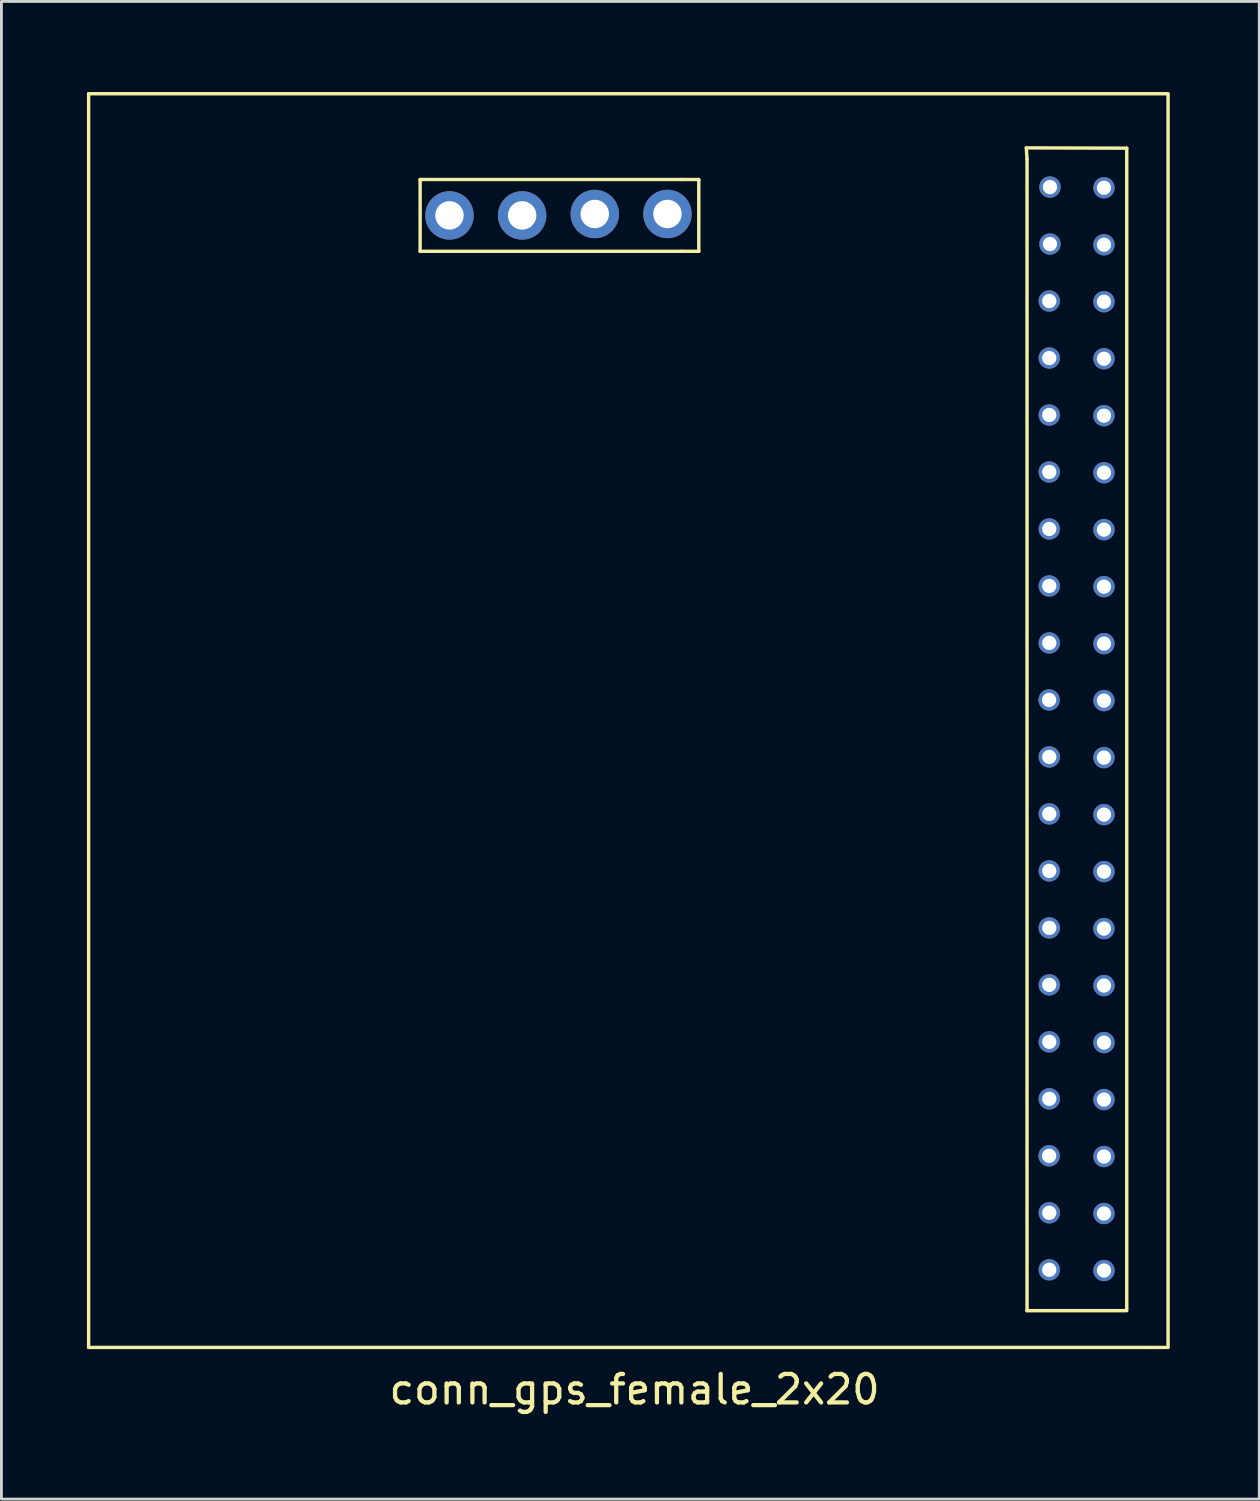
<source format=kicad_pcb>
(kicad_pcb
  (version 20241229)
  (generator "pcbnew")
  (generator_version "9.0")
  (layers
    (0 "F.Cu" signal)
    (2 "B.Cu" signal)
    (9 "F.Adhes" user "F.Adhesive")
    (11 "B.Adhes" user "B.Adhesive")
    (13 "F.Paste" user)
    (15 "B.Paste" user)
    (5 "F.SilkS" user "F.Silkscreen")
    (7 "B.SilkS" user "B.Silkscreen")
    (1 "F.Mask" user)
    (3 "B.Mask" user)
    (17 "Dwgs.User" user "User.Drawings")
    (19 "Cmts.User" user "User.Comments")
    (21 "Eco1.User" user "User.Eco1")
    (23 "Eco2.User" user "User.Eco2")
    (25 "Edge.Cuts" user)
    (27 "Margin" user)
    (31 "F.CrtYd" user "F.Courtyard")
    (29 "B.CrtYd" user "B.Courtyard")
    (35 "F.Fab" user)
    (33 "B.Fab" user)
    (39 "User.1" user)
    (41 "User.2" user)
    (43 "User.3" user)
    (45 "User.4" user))
  (footprint "conn_gps_female_2x20"
    (layer "F.Cu")
    (at 37.895 0.25)
    (property "Reference" "conn_gps_female_2x20" (at -18.675 45.465 0) (layer "F.SilkS") (effects (font (size 1 1) (thickness 0.15))))
    (attr through_hole)
    (fp_line (start -37.835 43.99) (end -37.835 -0.01) (stroke (width 0.12) (type solid)) (layer "F.SilkS"))
    (fp_line (start -26.2 3) (end -26.2 5.52) (stroke (width 0.12) (type solid)) (layer "F.SilkS"))
    (fp_line (start -17.02 3) (end -26.2 3) (stroke (width 0.12) (type solid)) (layer "F.SilkS"))
    (fp_line (start -17.02 3) (end -16.42 3) (stroke (width 0.12) (type solid)) (layer "F.SilkS"))
    (fp_line (start -17.02 5.52) (end -26.2 5.52) (stroke (width 0.12) (type solid)) (layer "F.SilkS"))
    (fp_line (start -17.02 5.52) (end -16.42 5.52) (stroke (width 0.12) (type solid)) (layer "F.SilkS"))
    (fp_line (start -16.42 3) (end -16.42 5.52) (stroke (width 0.12) (type solid)) (layer "F.SilkS"))
    (fp_line (start -4.925 1.89) (end -1.4 1.9) (stroke (width 0.12) (type solid)) (layer "F.SilkS"))
    (fp_line (start -4.9 2.29) (end -4.925 1.89) (stroke (width 0.12) (type solid)) (layer "F.SilkS"))
    (fp_line (start -4.9 42.7) (end -4.9 2.29) (stroke (width 0.12) (type solid)) (layer "F.SilkS"))
    (fp_line (start -1.45 42.7) (end -4.9 42.7) (stroke (width 0.12) (type solid)) (layer "F.SilkS"))
    (fp_line (start -1.4 42.7) (end -1.4 1.9) (stroke (width 0.12) (type solid)) (layer "F.SilkS"))
    (fp_line (start 0.02 43.99) (end -37.835 43.99) (stroke (width 0.12) (type solid)) (layer "F.SilkS"))
    (fp_line (start 0.025 -0.01) (end -37.835 -0.01) (stroke (width 0.12) (type solid)) (layer "F.SilkS"))
    (fp_line (start 0.05 43.99) (end 0.05 -0.01) (stroke (width 0.12) (type solid)) (layer "F.SilkS"))
    (pad "1" thru_hole circle (at -4.095 3.265) (size 0.75 0.75) (drill 0.5) (layers "*.Cu" "*.Mask"))
    (pad "2" thru_hole circle (at -4.095 5.265) (size 0.75 0.75) (drill 0.5) (layers "*.Cu" "*.Mask"))
    (pad "3" thru_hole circle (at -4.12 7.265) (size 0.75 0.75) (drill 0.5) (layers "*.Cu" "*.Mask"))
    (pad "4" thru_hole circle (at -4.12 9.265) (size 0.75 0.75) (drill 0.5) (layers "*.Cu" "*.Mask"))
    (pad "5" thru_hole circle (at -4.12 11.265) (size 0.75 0.75) (drill 0.5) (layers "*.Cu" "*.Mask"))
    (pad "6" thru_hole circle (at -4.12 13.265) (size 0.75 0.75) (drill 0.5) (layers "*.Cu" "*.Mask"))
    (pad "7" thru_hole circle (at -4.12 15.265) (size 0.75 0.75) (drill 0.5) (layers "*.Cu" "*.Mask"))
    (pad "8" thru_hole circle (at -4.12 17.265) (size 0.75 0.75) (drill 0.5) (layers "*.Cu" "*.Mask"))
    (pad "9" thru_hole circle (at -4.12 19.265) (size 0.75 0.75) (drill 0.5) (layers "*.Cu" "*.Mask"))
    (pad "10" thru_hole circle (at -4.125 21.265) (size 0.75 0.75) (drill 0.5) (layers "*.Cu" "*.Mask"))
    (pad "11" thru_hole circle (at -4.12 23.265) (size 0.75 0.75) (drill 0.5) (layers "*.Cu" "*.Mask"))
    (pad "12" thru_hole circle (at -4.12 25.265) (size 0.75 0.75) (drill 0.5) (layers "*.Cu" "*.Mask"))
    (pad "13" thru_hole circle (at -4.12 27.265) (size 0.75 0.75) (drill 0.5) (layers "*.Cu" "*.Mask"))
    (pad "14" thru_hole circle (at -4.12 29.265) (size 0.75 0.75) (drill 0.5) (layers "*.Cu" "*.Mask"))
    (pad "15" thru_hole circle (at -22.62 4.26) (size 1.7 1.7) (drill 1) (layers "*.Cu" "*.Mask"))
    (pad "16" thru_hole circle (at -4.12 33.265) (size 0.75 0.75) (drill 0.5) (layers "*.Cu" "*.Mask"))
    (pad "17" thru_hole circle (at -4.12 35.265) (size 0.75 0.75) (drill 0.5) (layers "*.Cu" "*.Mask"))
    (pad "18" thru_hole circle (at -4.125 37.265) (size 0.75 0.75) (drill 0.5) (layers "*.Cu" "*.Mask"))
    (pad "19" thru_hole circle (at -4.12 39.265) (size 0.75 0.75) (drill 0.5) (layers "*.Cu" "*.Mask"))
    (pad "20" thru_hole circle (at -4.12 41.265) (size 0.75 0.75) (drill 0.5) (layers "*.Cu" "*.Mask"))
    (pad "21" thru_hole circle (at -2.2 3.29) (size 0.75 0.75) (drill 0.5) (layers "*.Cu" "*.Mask"))
    (pad "22" thru_hole circle (at -25.17 4.26) (size 1.7 1.7) (drill 1) (layers "*.Cu" "*.Mask"))
    (pad "23" thru_hole circle (at -2.2 7.29) (size 0.75 0.75) (drill 0.5) (layers "*.Cu" "*.Mask"))
    (pad "24" thru_hole circle (at -2.2 9.29) (size 0.75 0.75) (drill 0.5) (layers "*.Cu" "*.Mask"))
    (pad "25" thru_hole circle (at -2.2 11.29) (size 0.75 0.75) (drill 0.5) (layers "*.Cu" "*.Mask"))
    (pad "26" thru_hole circle (at -2.2 13.29) (size 0.75 0.75) (drill 0.5) (layers "*.Cu" "*.Mask"))
    (pad "27" thru_hole circle (at -2.2 15.29) (size 0.75 0.75) (drill 0.5) (layers "*.Cu" "*.Mask"))
    (pad "28" thru_hole circle (at -2.2 17.29) (size 0.75 0.75) (drill 0.5) (layers "*.Cu" "*.Mask"))
    (pad "29" thru_hole circle (at -2.2 19.29) (size 0.75 0.75) (drill 0.5) (layers "*.Cu" "*.Mask"))
    (pad "30" thru_hole circle (at -2.2 21.29) (size 0.75 0.75) (drill 0.5) (layers "*.Cu" "*.Mask"))
    (pad "31" thru_hole circle (at -2.2 23.29) (size 0.75 0.75) (drill 0.5) (layers "*.Cu" "*.Mask"))
    (pad "32" thru_hole circle (at -2.2 25.29) (size 0.75 0.75) (drill 0.5) (layers "*.Cu" "*.Mask"))
    (pad "33" thru_hole circle (at -2.2 27.29) (size 0.75 0.75) (drill 0.5) (layers "*.Cu" "*.Mask"))
    (pad "34" thru_hole circle (at -2.2 29.29) (size 0.75 0.75) (drill 0.5) (layers "*.Cu" "*.Mask"))
    (pad "35" thru_hole circle (at -20.07 4.21) (size 1.7 1.7) (drill 1) (layers "*.Cu" "*.Mask"))
    (pad "36" thru_hole circle (at -2.2 33.29) (size 0.75 0.75) (drill 0.5) (layers "*.Cu" "*.Mask"))
    (pad "37" thru_hole circle (at -2.2 35.29) (size 0.75 0.75) (drill 0.5) (layers "*.Cu" "*.Mask"))
    (pad "38" thru_hole circle (at -2.2 37.29) (size 0.75 0.75) (drill 0.5) (layers "*.Cu" "*.Mask"))
    (pad "39" thru_hole circle (at -2.2 39.29) (size 0.75 0.75) (drill 0.5) (layers "*.Cu" "*.Mask"))
    (pad "40" thru_hole circle (at -17.52 4.21) (size 1.7 1.7) (drill 1) (layers "*.Cu" "*.Mask"))
    (pad "50" thru_hole circle (at -2.2 31.29) (size 0.75 0.75) (drill 0.5) (layers "*.Cu" "*.Mask"))
    (pad "52" thru_hole circle (at -2.2 5.29) (size 0.75 0.75) (drill 0.5) (layers "*.Cu" "*.Mask"))
    (pad "57" thru_hole circle (at -2.2 41.29) (size 0.75 0.75) (drill 0.5) (layers "*.Cu" "*.Mask"))
    (pad "59" thru_hole circle (at -4.12 31.265) (size 0.75 0.75) (drill 0.5) (layers "*.Cu" "*.Mask")))
  (gr_rect
    (start -3 -3)
    (end 41.145 49.563)
    (stroke (width 0.1) (type default))
    (fill no)
    (layer "Edge.Cuts")))
</source>
